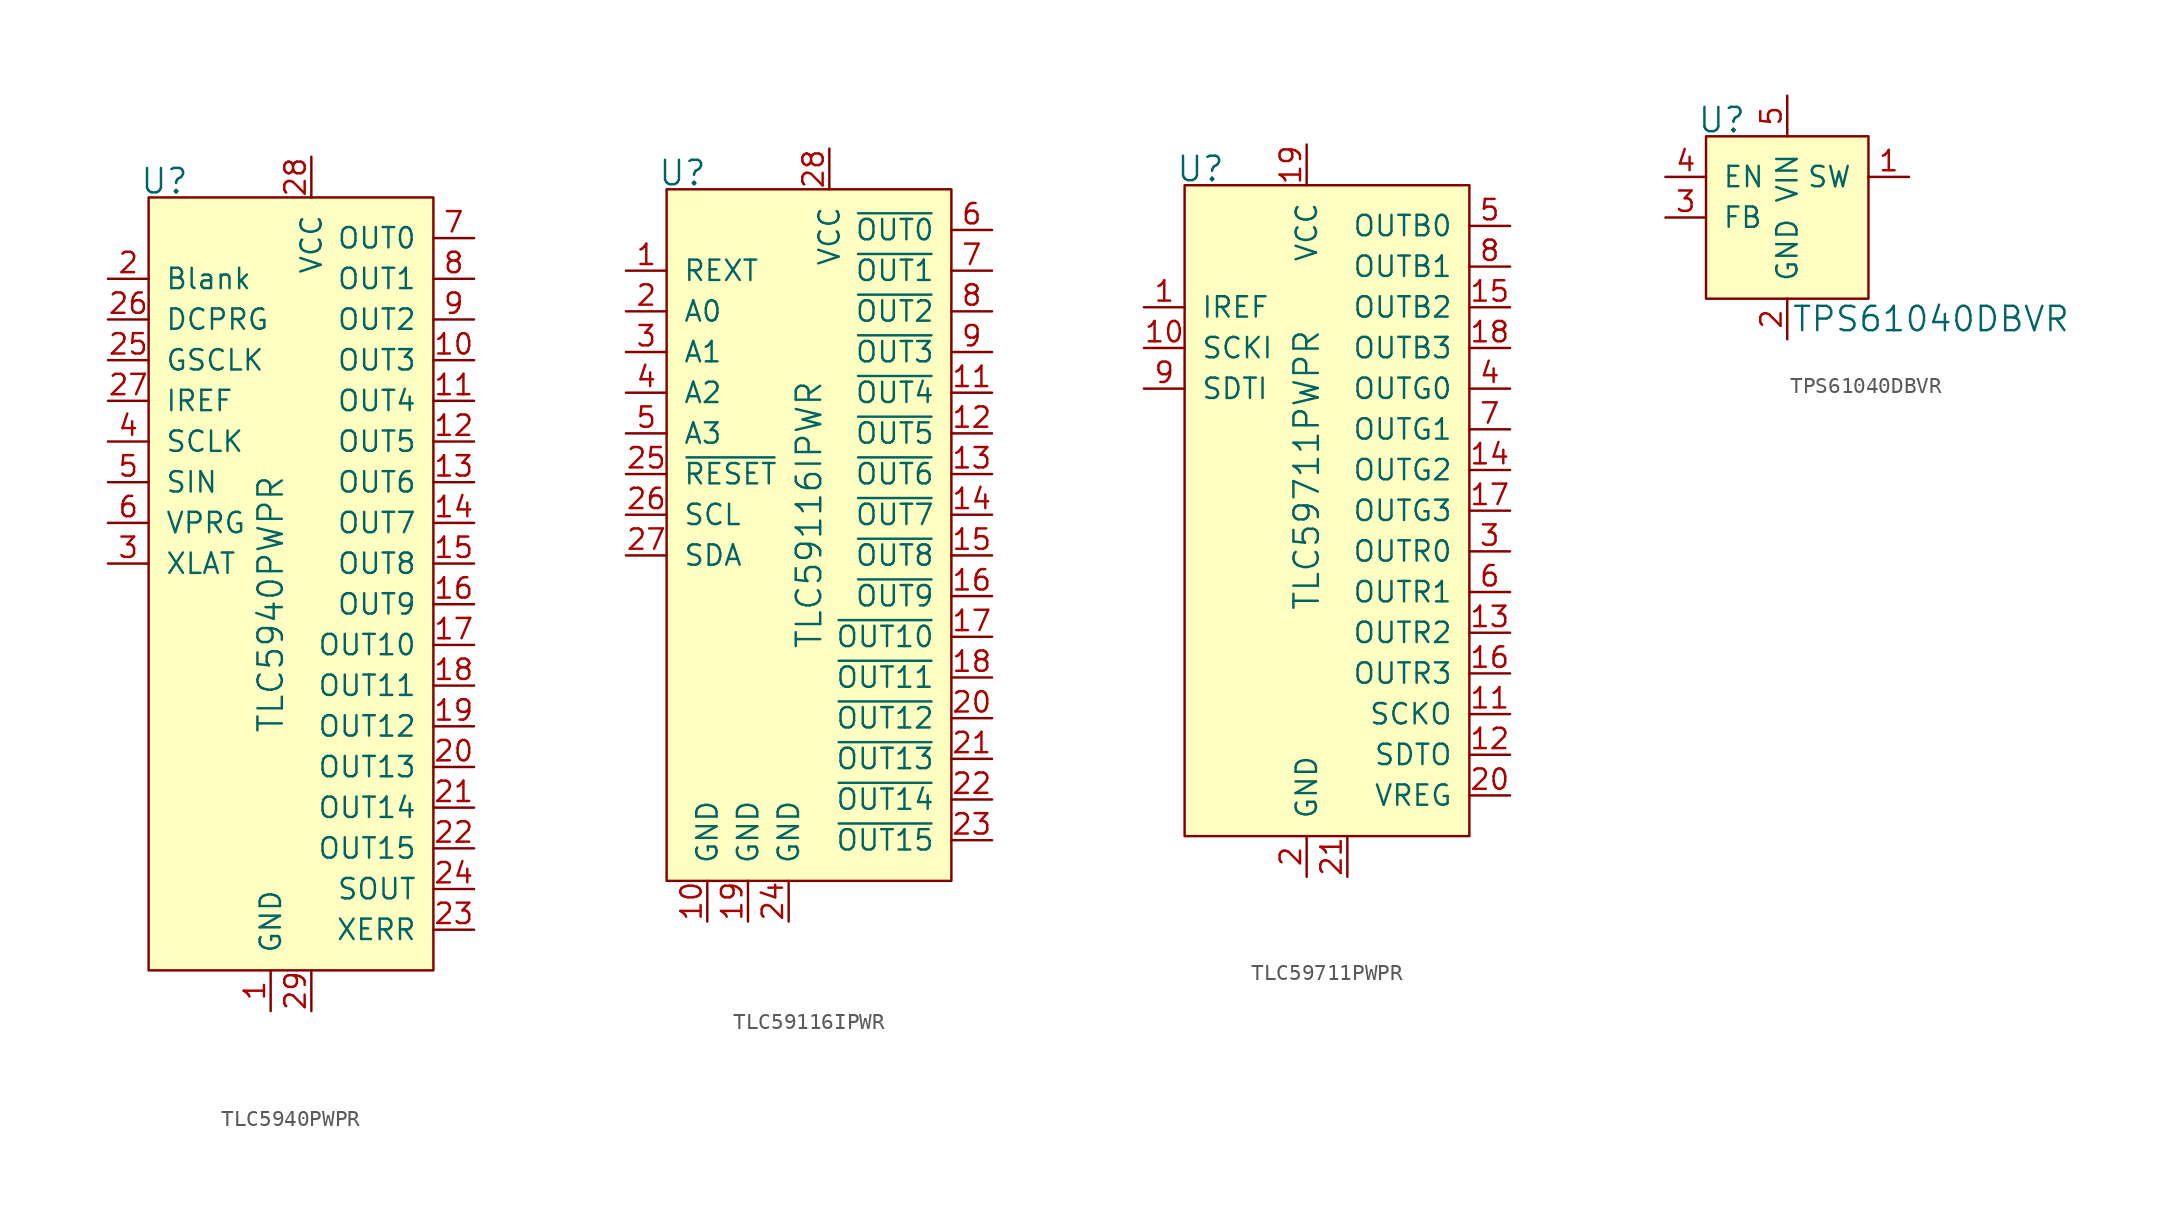
<source format=kicad_sym>
(kicad_symbol_lib
  (version 20201005)
  (generator kicad_symbol_editor)
  (symbol "TLC5940PWPR"
    (pin_names
      (offset 1.016))
    (property "Reference" "U"
      (at -5.08 13.716 0)
      (effects (font (size 1.524 1.524)) (justify right)))
    (property "Value" "TLC5940PWPR"
      (at 0 -12.7 90)
      (effects (font (size 1.524 1.524))))
    (symbol "TLC5940PWPR_0_1"
      (rectangle (start -7.62 12.7) (end 10.16 -35.56) (stroke (width 0)) (fill (type background))))
    (symbol "TLC5940PWPR_1_1"
      (pin power_in line (at 0 -38.1 90) (length 2.54) (name "GND" (effects (font (size 1.27 1.27)))) (number "1" (effects (font (size 1.27 1.27)))))
      (pin input line (at -10.16 7.62 0) (length 2.54) (name "Blank" (effects (font (size 1.27 1.27)))) (number "2" (effects (font (size 1.27 1.27)))))
      (pin input line (at -10.16 -10.16 0) (length 2.54) (name "XLAT" (effects (font (size 1.27 1.27)))) (number "3" (effects (font (size 1.27 1.27)))))
      (pin input line (at -10.16 -2.54 0) (length 2.54) (name "SCLK" (effects (font (size 1.27 1.27)))) (number "4" (effects (font (size 1.27 1.27)))))
      (pin input line (at -10.16 -5.08 0) (length 2.54) (name "SIN" (effects (font (size 1.27 1.27)))) (number "5" (effects (font (size 1.27 1.27)))))
      (pin input line (at -10.16 -7.62 0) (length 2.54) (name "VPRG" (effects (font (size 1.27 1.27)))) (number "6" (effects (font (size 1.27 1.27)))))
      (pin power_out line (at 12.7 10.16 180) (length 2.54) (name "OUT0" (effects (font (size 1.27 1.27)))) (number "7" (effects (font (size 1.27 1.27)))))
      (pin power_out line (at 12.7 7.62 180) (length 2.54) (name "OUT1" (effects (font (size 1.27 1.27)))) (number "8" (effects (font (size 1.27 1.27)))))
      (pin power_out line (at 12.7 5.08 180) (length 2.54) (name "OUT2" (effects (font (size 1.27 1.27)))) (number "9" (effects (font (size 1.27 1.27)))))
      (pin power_out line (at 12.7 2.54 180) (length 2.54) (name "OUT3" (effects (font (size 1.27 1.27)))) (number "10" (effects (font (size 1.27 1.27)))))
      (pin power_out line (at 12.7 -22.86 180) (length 2.54) (name "OUT13" (effects (font (size 1.27 1.27)))) (number "20" (effects (font (size 1.27 1.27)))))
      (pin power_out line (at 12.7 0 180) (length 2.54) (name "OUT4" (effects (font (size 1.27 1.27)))) (number "11" (effects (font (size 1.27 1.27)))))
      (pin power_out line (at 12.7 -25.4 180) (length 2.54) (name "OUT14" (effects (font (size 1.27 1.27)))) (number "21" (effects (font (size 1.27 1.27)))))
      (pin power_out line (at 12.7 -2.54 180) (length 2.54) (name "OUT5" (effects (font (size 1.27 1.27)))) (number "12" (effects (font (size 1.27 1.27)))))
      (pin power_out line (at 12.7 -27.94 180) (length 2.54) (name "OUT15" (effects (font (size 1.27 1.27)))) (number "22" (effects (font (size 1.27 1.27)))))
      (pin power_out line (at 12.7 -5.08 180) (length 2.54) (name "OUT6" (effects (font (size 1.27 1.27)))) (number "13" (effects (font (size 1.27 1.27)))))
      (pin output line (at 12.7 -33.02 180) (length 2.54) (name "XERR" (effects (font (size 1.27 1.27)))) (number "23" (effects (font (size 1.27 1.27)))))
      (pin power_out line (at 12.7 -7.62 180) (length 2.54) (name "OUT7" (effects (font (size 1.27 1.27)))) (number "14" (effects (font (size 1.27 1.27)))))
      (pin output line (at 12.7 -30.48 180) (length 2.54) (name "SOUT" (effects (font (size 1.27 1.27)))) (number "24" (effects (font (size 1.27 1.27)))))
      (pin power_out line (at 12.7 -10.16 180) (length 2.54) (name "OUT8" (effects (font (size 1.27 1.27)))) (number "15" (effects (font (size 1.27 1.27)))))
      (pin input line (at -10.16 2.54 0) (length 2.54) (name "GSCLK" (effects (font (size 1.27 1.27)))) (number "25" (effects (font (size 1.27 1.27)))))
      (pin power_out line (at 12.7 -12.7 180) (length 2.54) (name "OUT9" (effects (font (size 1.27 1.27)))) (number "16" (effects (font (size 1.27 1.27)))))
      (pin input line (at -10.16 5.08 0) (length 2.54) (name "DCPRG" (effects (font (size 1.27 1.27)))) (number "26" (effects (font (size 1.27 1.27)))))
      (pin power_out line (at 12.7 -15.24 180) (length 2.54) (name "OUT10" (effects (font (size 1.27 1.27)))) (number "17" (effects (font (size 1.27 1.27)))))
      (pin passive line (at -10.16 0 0) (length 2.54) (name "IREF" (effects (font (size 1.27 1.27)))) (number "27" (effects (font (size 1.27 1.27)))))
      (pin power_out line (at 12.7 -17.78 180) (length 2.54) (name "OUT11" (effects (font (size 1.27 1.27)))) (number "18" (effects (font (size 1.27 1.27)))))
      (pin power_in line (at 2.54 15.24 270) (length 2.54) (name "VCC" (effects (font (size 1.27 1.27)))) (number "28" (effects (font (size 1.27 1.27)))))
      (pin power_out line (at 12.7 -20.32 180) (length 2.54) (name "OUT12" (effects (font (size 1.27 1.27)))) (number "19" (effects (font (size 1.27 1.27)))))
      (pin power_in line (at 2.54 -38.1 90) (length 2.54) (name "~" (effects (font (size 1.27 1.27)))) (number "29" (effects (font (size 1.27 1.27)))))))
  (symbol "TLC59116IPWR"
    (pin_names
      (offset 1.016))
    (property "Reference" "U"
      (at -12.7 11.176 0)
      (effects (font (size 1.524 1.524)) (justify right)))
    (property "Value" "TLC59116IPWR"
      (at -6.35 -10.16 90)
      (effects (font (size 1.524 1.524))))
    (symbol "TLC59116IPWR_0_1"
      (rectangle (start -15.24 10.16) (end 2.54 -33.02) (stroke (width 0)) (fill (type background))))
    (symbol "TLC59116IPWR_1_1"
      (pin passive line (at -17.78 5.08 0) (length 2.54) (name "REXT" (effects (font (size 1.27 1.27)))) (number "1" (effects (font (size 1.27 1.27)))))
      (pin input line (at -17.78 2.54 0) (length 2.54) (name "A0" (effects (font (size 1.27 1.27)))) (number "2" (effects (font (size 1.27 1.27)))))
      (pin input line (at -17.78 0 0) (length 2.54) (name "A1" (effects (font (size 1.27 1.27)))) (number "3" (effects (font (size 1.27 1.27)))))
      (pin input line (at -17.78 -2.54 0) (length 2.54) (name "A2" (effects (font (size 1.27 1.27)))) (number "4" (effects (font (size 1.27 1.27)))))
      (pin input line (at -17.78 -5.08 0) (length 2.54) (name "A3" (effects (font (size 1.27 1.27)))) (number "5" (effects (font (size 1.27 1.27)))))
      (pin power_out line (at 5.08 7.62 180) (length 2.54) (name "~OUT0" (effects (font (size 1.27 1.27)))) (number "6" (effects (font (size 1.27 1.27)))))
      (pin power_out line (at 5.08 5.08 180) (length 2.54) (name "~OUT1" (effects (font (size 1.27 1.27)))) (number "7" (effects (font (size 1.27 1.27)))))
      (pin power_out line (at 5.08 2.54 180) (length 2.54) (name "~OUT2" (effects (font (size 1.27 1.27)))) (number "8" (effects (font (size 1.27 1.27)))))
      (pin power_out line (at 5.08 0 180) (length 2.54) (name "~OUT3" (effects (font (size 1.27 1.27)))) (number "9" (effects (font (size 1.27 1.27)))))
      (pin power_in line (at -12.7 -35.56 90) (length 2.54) (name "GND" (effects (font (size 1.27 1.27)))) (number "10" (effects (font (size 1.27 1.27)))))
      (pin power_out line (at 5.08 -22.86 180) (length 2.54) (name "~OUT12" (effects (font (size 1.27 1.27)))) (number "20" (effects (font (size 1.27 1.27)))))
      (pin power_out line (at 5.08 -2.54 180) (length 2.54) (name "~OUT4" (effects (font (size 1.27 1.27)))) (number "11" (effects (font (size 1.27 1.27)))))
      (pin power_out line (at 5.08 -25.4 180) (length 2.54) (name "~OUT13" (effects (font (size 1.27 1.27)))) (number "21" (effects (font (size 1.27 1.27)))))
      (pin power_out line (at 5.08 -5.08 180) (length 2.54) (name "~OUT5" (effects (font (size 1.27 1.27)))) (number "12" (effects (font (size 1.27 1.27)))))
      (pin power_out line (at 5.08 -27.94 180) (length 2.54) (name "~OUT14" (effects (font (size 1.27 1.27)))) (number "22" (effects (font (size 1.27 1.27)))))
      (pin power_out line (at 5.08 -7.62 180) (length 2.54) (name "~OUT6" (effects (font (size 1.27 1.27)))) (number "13" (effects (font (size 1.27 1.27)))))
      (pin power_out line (at 5.08 -30.48 180) (length 2.54) (name "~OUT15" (effects (font (size 1.27 1.27)))) (number "23" (effects (font (size 1.27 1.27)))))
      (pin power_out line (at 5.08 -10.16 180) (length 2.54) (name "~OUT7" (effects (font (size 1.27 1.27)))) (number "14" (effects (font (size 1.27 1.27)))))
      (pin power_in line (at -7.62 -35.56 90) (length 2.54) (name "GND" (effects (font (size 1.27 1.27)))) (number "24" (effects (font (size 1.27 1.27)))))
      (pin power_out line (at 5.08 -12.7 180) (length 2.54) (name "~OUT8" (effects (font (size 1.27 1.27)))) (number "15" (effects (font (size 1.27 1.27)))))
      (pin input line (at -17.78 -7.62 0) (length 2.54) (name "~RESET" (effects (font (size 1.27 1.27)))) (number "25" (effects (font (size 1.27 1.27)))))
      (pin power_out line (at 5.08 -15.24 180) (length 2.54) (name "~OUT9" (effects (font (size 1.27 1.27)))) (number "16" (effects (font (size 1.27 1.27)))))
      (pin input line (at -17.78 -10.16 0) (length 2.54) (name "SCL" (effects (font (size 1.27 1.27)))) (number "26" (effects (font (size 1.27 1.27)))))
      (pin power_out line (at 5.08 -17.78 180) (length 2.54) (name "~OUT10" (effects (font (size 1.27 1.27)))) (number "17" (effects (font (size 1.27 1.27)))))
      (pin bidirectional line (at -17.78 -12.7 0) (length 2.54) (name "SDA" (effects (font (size 1.27 1.27)))) (number "27" (effects (font (size 1.27 1.27)))))
      (pin power_out line (at 5.08 -20.32 180) (length 2.54) (name "~OUT11" (effects (font (size 1.27 1.27)))) (number "18" (effects (font (size 1.27 1.27)))))
      (pin power_in line (at -5.08 12.7 270) (length 2.54) (name "VCC" (effects (font (size 1.27 1.27)))) (number "28" (effects (font (size 1.27 1.27)))))
      (pin power_in line (at -10.16 -35.56 90) (length 2.54) (name "GND" (effects (font (size 1.27 1.27)))) (number "19" (effects (font (size 1.27 1.27)))))))
  (symbol "TLC59711PWPR"
    (pin_names
      (offset 1.016))
    (property "Reference" "U"
      (at -5.08 11.176 0)
      (effects (font (size 1.524 1.524)) (justify right)))
    (property "Value" "TLC59711PWPR"
      (at 0 -7.62 90)
      (effects (font (size 1.524 1.524))))
    (symbol "TLC59711PWPR_0_1"
      (rectangle (start -7.62 10.16) (end 10.16 -30.48) (stroke (width 0)) (fill (type background))))
    (symbol "TLC59711PWPR_1_1"
      (pin passive line (at -10.16 2.54 0) (length 2.54) (name "IREF" (effects (font (size 1.27 1.27)))) (number "1" (effects (font (size 1.27 1.27)))))
      (pin power_in line (at 0 -33.02 90) (length 2.54) (name "GND" (effects (font (size 1.27 1.27)))) (number "2" (effects (font (size 1.27 1.27)))))
      (pin power_out line (at 12.7 -12.7 180) (length 2.54) (name "OUTR0" (effects (font (size 1.27 1.27)))) (number "3" (effects (font (size 1.27 1.27)))))
      (pin power_out line (at 12.7 -2.54 180) (length 2.54) (name "OUTG0" (effects (font (size 1.27 1.27)))) (number "4" (effects (font (size 1.27 1.27)))))
      (pin power_out line (at 12.7 7.62 180) (length 2.54) (name "OUTB0" (effects (font (size 1.27 1.27)))) (number "5" (effects (font (size 1.27 1.27)))))
      (pin power_out line (at 12.7 -15.24 180) (length 2.54) (name "OUTR1" (effects (font (size 1.27 1.27)))) (number "6" (effects (font (size 1.27 1.27)))))
      (pin power_out line (at 12.7 -5.08 180) (length 2.54) (name "OUTG1" (effects (font (size 1.27 1.27)))) (number "7" (effects (font (size 1.27 1.27)))))
      (pin power_out line (at 12.7 5.08 180) (length 2.54) (name "OUTB1" (effects (font (size 1.27 1.27)))) (number "8" (effects (font (size 1.27 1.27)))))
      (pin input line (at -10.16 -2.54 0) (length 2.54) (name "SDTI" (effects (font (size 1.27 1.27)))) (number "9" (effects (font (size 1.27 1.27)))))
      (pin input line (at -10.16 0 0) (length 2.54) (name "SCKI" (effects (font (size 1.27 1.27)))) (number "10" (effects (font (size 1.27 1.27)))))
      (pin power_out line (at 12.7 -27.94 180) (length 2.54) (name "VREG" (effects (font (size 1.27 1.27)))) (number "20" (effects (font (size 1.27 1.27)))))
      (pin output line (at 12.7 -22.86 180) (length 2.54) (name "SCKO" (effects (font (size 1.27 1.27)))) (number "11" (effects (font (size 1.27 1.27)))))
      (pin power_in line (at 2.54 -33.02 90) (length 2.54) (name "~" (effects (font (size 1.27 1.27)))) (number "21" (effects (font (size 1.27 1.27)))))
      (pin output line (at 12.7 -25.4 180) (length 2.54) (name "SDTO" (effects (font (size 1.27 1.27)))) (number "12" (effects (font (size 1.27 1.27)))))
      (pin power_out line (at 12.7 -17.78 180) (length 2.54) (name "OUTR2" (effects (font (size 1.27 1.27)))) (number "13" (effects (font (size 1.27 1.27)))))
      (pin power_out line (at 12.7 -7.62 180) (length 2.54) (name "OUTG2" (effects (font (size 1.27 1.27)))) (number "14" (effects (font (size 1.27 1.27)))))
      (pin power_out line (at 12.7 2.54 180) (length 2.54) (name "OUTB2" (effects (font (size 1.27 1.27)))) (number "15" (effects (font (size 1.27 1.27)))))
      (pin power_out line (at 12.7 -20.32 180) (length 2.54) (name "OUTR3" (effects (font (size 1.27 1.27)))) (number "16" (effects (font (size 1.27 1.27)))))
      (pin power_out line (at 12.7 -10.16 180) (length 2.54) (name "OUTG3" (effects (font (size 1.27 1.27)))) (number "17" (effects (font (size 1.27 1.27)))))
      (pin power_out line (at 12.7 0 180) (length 2.54) (name "OUTB3" (effects (font (size 1.27 1.27)))) (number "18" (effects (font (size 1.27 1.27)))))
      (pin power_in line (at 0 12.7 270) (length 2.54) (name "VCC" (effects (font (size 1.27 1.27)))) (number "19" (effects (font (size 1.27 1.27)))))))
  (symbol "TPS61040DBVR"
    (pin_names
      (offset 1.016))
    (property "Reference" "U"
      (at -2.54 6.096 0)
      (effects (font (size 1.524 1.524)) (justify right)))
    (property "Value" "TPS61040DBVR"
      (at 0.254 -6.35 0)
      (effects (font (size 1.524 1.524)) (justify left)))
    (symbol "TPS61040DBVR_0_1"
      (rectangle (start -5.08 5.08) (end 5.08 -5.08) (stroke (width 0)) (fill (type background))))
    (symbol "TPS61040DBVR_1_1"
      (pin power_out line (at 7.62 2.54 180) (length 2.54) (name "SW" (effects (font (size 1.27 1.27)))) (number "1" (effects (font (size 1.27 1.27)))))
      (pin power_in line (at 0 -7.62 90) (length 2.54) (name "GND" (effects (font (size 1.27 1.27)))) (number "2" (effects (font (size 1.27 1.27)))))
      (pin passive line (at -7.62 0 0) (length 2.54) (name "FB" (effects (font (size 1.27 1.27)))) (number "3" (effects (font (size 1.27 1.27)))))
      (pin input line (at -7.62 2.54 0) (length 2.54) (name "EN" (effects (font (size 1.27 1.27)))) (number "4" (effects (font (size 1.27 1.27)))))
      (pin power_in line (at 0 7.62 270) (length 2.54) (name "VIN" (effects (font (size 1.27 1.27)))) (number "5" (effects (font (size 1.27 1.27))))))))
</source>
